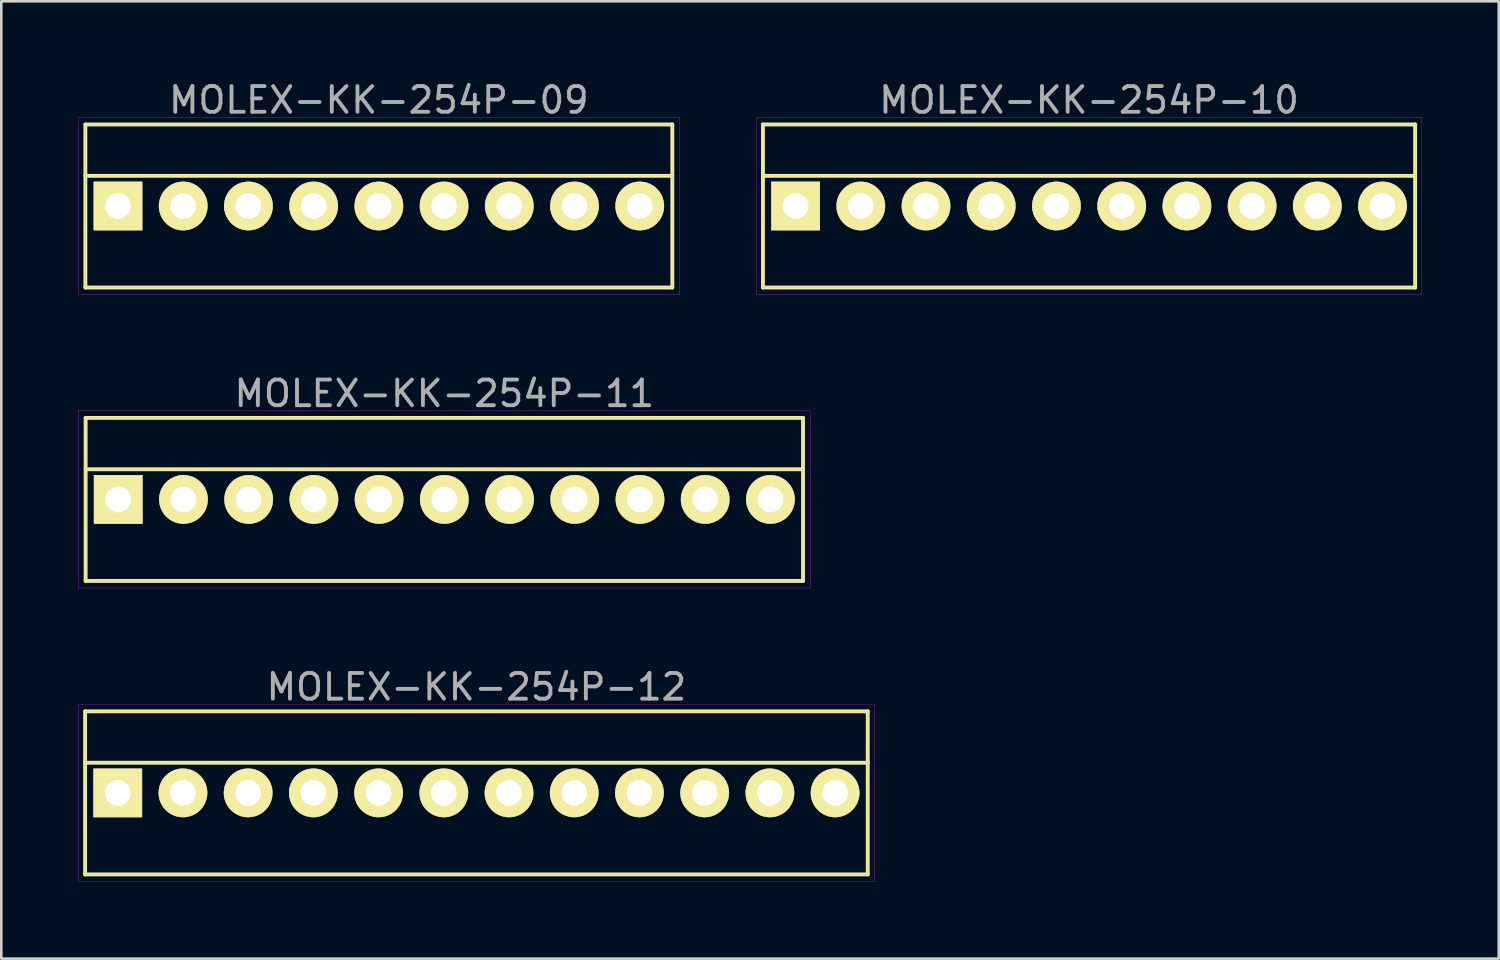
<source format=kicad_pcb>
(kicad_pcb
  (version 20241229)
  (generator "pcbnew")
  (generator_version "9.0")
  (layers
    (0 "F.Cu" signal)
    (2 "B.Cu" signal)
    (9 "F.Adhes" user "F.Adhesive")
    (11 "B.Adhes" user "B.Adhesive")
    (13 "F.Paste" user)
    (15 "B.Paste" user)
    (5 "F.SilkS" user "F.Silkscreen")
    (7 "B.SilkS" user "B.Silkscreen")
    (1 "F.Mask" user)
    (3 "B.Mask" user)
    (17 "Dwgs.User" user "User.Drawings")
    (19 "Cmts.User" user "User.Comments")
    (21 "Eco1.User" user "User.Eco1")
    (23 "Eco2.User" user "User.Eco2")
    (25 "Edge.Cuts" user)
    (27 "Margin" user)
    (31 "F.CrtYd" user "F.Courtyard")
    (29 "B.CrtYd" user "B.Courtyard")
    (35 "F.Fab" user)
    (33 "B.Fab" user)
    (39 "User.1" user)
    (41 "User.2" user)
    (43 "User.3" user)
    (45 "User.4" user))
  (footprint "MOLEX-KK-254P-10"
    (layer "F.Cu")
    (at 39.365 4.973)
    (property "Reference" "MOLEX-KK-254P-10" (at 0 -4.125 0) (layer "F.Fab") (effects (font (size 1 1) (thickness 0.15))))
    (attr through_hole)
    (fp_line (start -12.7 -3.175) (end 12.7 -3.175) (stroke (width 0.15) (type solid)) (layer "F.SilkS"))
    (fp_line (start -12.7 -1.175) (end 12.7 -1.175) (stroke (width 0.15) (type solid)) (layer "F.SilkS"))
    (fp_line (start -12.7 3.175) (end -12.7 -3.175) (stroke (width 0.15) (type solid)) (layer "F.SilkS"))
    (fp_line (start 12.7 -3.175) (end 12.7 3.175) (stroke (width 0.15) (type solid)) (layer "F.SilkS"))
    (fp_line (start 12.7 3.175) (end -12.7 3.175) (stroke (width 0.15) (type solid)) (layer "F.SilkS"))
    (fp_line (start -12.95 -3.45) (end 12.95 -3.45) (stroke (width 0.01) (type solid)) (layer "F.CrtYd"))
    (fp_line (start -12.95 3.45) (end -12.95 -3.45) (stroke (width 0.01) (type solid)) (layer "F.CrtYd"))
    (fp_line (start 12.95 -3.45) (end 12.95 3.45) (stroke (width 0.01) (type solid)) (layer "F.CrtYd"))
    (fp_line (start 12.95 3.45) (end -12.95 3.45) (stroke (width 0.01) (type solid)) (layer "F.CrtYd"))
    (fp_line (start -12.7 -3.175) (end 12.7 -3.175) (stroke (width 0.01) (type solid)) (layer "F.Fab"))
    (fp_line (start -12.7 -1.175) (end 12.7 -1.175) (stroke (width 0.01) (type solid)) (layer "F.Fab"))
    (fp_line (start -12.7 3.175) (end -12.7 -3.175) (stroke (width 0.01) (type solid)) (layer "F.Fab"))
    (fp_line (start 12.7 -3.175) (end 12.7 3.175) (stroke (width 0.01) (type solid)) (layer "F.Fab"))
    (fp_line (start 12.7 3.175) (end -12.7 3.175) (stroke (width 0.01) (type solid)) (layer "F.Fab"))
    (pad "1" thru_hole rect (at -11.43 0) (size 1.9 1.9) (drill 1) (layers "*.Cu" "*.Mask" "F.SilkS"))
    (pad "2" thru_hole circle (at -8.89 0) (size 1.9 1.9) (drill 1) (layers "*.Cu" "*.Mask" "F.SilkS"))
    (pad "3" thru_hole circle (at -6.35 0) (size 1.9 1.9) (drill 1) (layers "*.Cu" "*.Mask" "F.SilkS"))
    (pad "4" thru_hole circle (at -3.81 0) (size 1.9 1.9) (drill 1) (layers "*.Cu" "*.Mask" "F.SilkS"))
    (pad "5" thru_hole circle (at -1.27 0) (size 1.9 1.9) (drill 1) (layers "*.Cu" "*.Mask" "F.SilkS"))
    (pad "6" thru_hole circle (at 1.27 0) (size 1.9 1.9) (drill 1) (layers "*.Cu" "*.Mask" "F.SilkS"))
    (pad "7" thru_hole circle (at 3.81 0) (size 1.9 1.9) (drill 1) (layers "*.Cu" "*.Mask" "F.SilkS"))
    (pad "8" thru_hole circle (at 6.35 0) (size 1.9 1.9) (drill 1) (layers "*.Cu" "*.Mask" "F.SilkS"))
    (pad "9" thru_hole circle (at 8.89 0) (size 1.9 1.9) (drill 1) (layers "*.Cu" "*.Mask" "F.SilkS"))
    (pad "10" thru_hole circle (at 11.43 0) (size 1.9 1.9) (drill 1) (layers "*.Cu" "*.Mask" "F.SilkS")))
  (footprint "MOLEX-KK-254P-11"
    (layer "F.Cu")
    (at 14.255 16.401)
    (property "Reference" "MOLEX-KK-254P-11" (at 0 -4.125 0) (layer "F.Fab") (effects (font (size 1 1) (thickness 0.15))))
    (attr through_hole)
    (fp_line (start -13.97 -3.175) (end 13.97 -3.175) (stroke (width 0.15) (type solid)) (layer "F.SilkS"))
    (fp_line (start -13.97 -1.175) (end 13.97 -1.175) (stroke (width 0.15) (type solid)) (layer "F.SilkS"))
    (fp_line (start -13.97 3.175) (end -13.97 -3.175) (stroke (width 0.15) (type solid)) (layer "F.SilkS"))
    (fp_line (start 13.97 -3.175) (end 13.97 3.175) (stroke (width 0.15) (type solid)) (layer "F.SilkS"))
    (fp_line (start 13.97 3.175) (end -13.97 3.175) (stroke (width 0.15) (type solid)) (layer "F.SilkS"))
    (fp_line (start -14.25 -3.45) (end 14.25 -3.45) (stroke (width 0.01) (type solid)) (layer "F.CrtYd"))
    (fp_line (start -14.25 3.45) (end -14.25 -3.45) (stroke (width 0.01) (type solid)) (layer "F.CrtYd"))
    (fp_line (start 14.25 -3.45) (end 14.25 3.45) (stroke (width 0.01) (type solid)) (layer "F.CrtYd"))
    (fp_line (start 14.25 3.45) (end -14.25 3.45) (stroke (width 0.01) (type solid)) (layer "F.CrtYd"))
    (fp_line (start -13.97 -3.175) (end 13.97 -3.175) (stroke (width 0.01) (type solid)) (layer "F.Fab"))
    (fp_line (start -13.97 -1.175) (end 13.97 -1.175) (stroke (width 0.01) (type solid)) (layer "F.Fab"))
    (fp_line (start -13.97 3.175) (end -13.97 -3.175) (stroke (width 0.01) (type solid)) (layer "F.Fab"))
    (fp_line (start 13.97 -3.175) (end 13.97 3.175) (stroke (width 0.01) (type solid)) (layer "F.Fab"))
    (fp_line (start 13.97 3.175) (end -13.97 3.175) (stroke (width 0.01) (type solid)) (layer "F.Fab"))
    (pad "1" thru_hole rect (at -12.7 0) (size 1.9 1.9) (drill 1) (layers "*.Cu" "*.Mask" "F.SilkS"))
    (pad "2" thru_hole circle (at -10.16 0) (size 1.9 1.9) (drill 1) (layers "*.Cu" "*.Mask" "F.SilkS"))
    (pad "3" thru_hole circle (at -7.62 0) (size 1.9 1.9) (drill 1) (layers "*.Cu" "*.Mask" "F.SilkS"))
    (pad "4" thru_hole circle (at -5.08 0) (size 1.9 1.9) (drill 1) (layers "*.Cu" "*.Mask" "F.SilkS"))
    (pad "5" thru_hole circle (at -2.54 0) (size 1.9 1.9) (drill 1) (layers "*.Cu" "*.Mask" "F.SilkS"))
    (pad "6" thru_hole circle (at 0 0) (size 1.9 1.9) (drill 1) (layers "*.Cu" "*.Mask" "F.SilkS"))
    (pad "7" thru_hole circle (at 2.54 0) (size 1.9 1.9) (drill 1) (layers "*.Cu" "*.Mask" "F.SilkS"))
    (pad "8" thru_hole circle (at 5.08 0) (size 1.9 1.9) (drill 1) (layers "*.Cu" "*.Mask" "F.SilkS"))
    (pad "9" thru_hole circle (at 7.62 0) (size 1.9 1.9) (drill 1) (layers "*.Cu" "*.Mask" "F.SilkS"))
    (pad "10" thru_hole circle (at 10.16 0) (size 1.9 1.9) (drill 1) (layers "*.Cu" "*.Mask" "F.SilkS"))
    (pad "11" thru_hole circle (at 12.7 0) (size 1.9 1.9) (drill 1) (layers "*.Cu" "*.Mask" "F.SilkS")))
  (footprint "MOLEX-KK-254P-12"
    (layer "F.Cu")
    (at 15.505 27.83)
    (property "Reference" "MOLEX-KK-254P-12" (at 0 -4.125 0) (layer "F.Fab") (effects (font (size 1 1) (thickness 0.15))))
    (attr through_hole)
    (fp_line (start -15.24 -3.175) (end 15.24 -3.175) (stroke (width 0.15) (type solid)) (layer "F.SilkS"))
    (fp_line (start -15.24 -1.175) (end 15.24 -1.175) (stroke (width 0.15) (type solid)) (layer "F.SilkS"))
    (fp_line (start -15.24 3.175) (end -15.24 -3.175) (stroke (width 0.15) (type solid)) (layer "F.SilkS"))
    (fp_line (start 15.24 -3.175) (end 15.24 3.175) (stroke (width 0.15) (type solid)) (layer "F.SilkS"))
    (fp_line (start 15.24 3.175) (end -15.24 3.175) (stroke (width 0.15) (type solid)) (layer "F.SilkS"))
    (fp_line (start -15.5 -3.45) (end 15.5 -3.45) (stroke (width 0.01) (type solid)) (layer "F.CrtYd"))
    (fp_line (start -15.5 3.45) (end -15.5 -3.45) (stroke (width 0.01) (type solid)) (layer "F.CrtYd"))
    (fp_line (start 15.5 -3.45) (end 15.5 3.45) (stroke (width 0.01) (type solid)) (layer "F.CrtYd"))
    (fp_line (start 15.5 3.45) (end -15.5 3.45) (stroke (width 0.01) (type solid)) (layer "F.CrtYd"))
    (fp_line (start -15.24 -3.175) (end 15.24 -3.175) (stroke (width 0.01) (type solid)) (layer "F.Fab"))
    (fp_line (start -15.24 -1.175) (end 15.24 -1.175) (stroke (width 0.01) (type solid)) (layer "F.Fab"))
    (fp_line (start -15.24 3.175) (end -15.24 -3.175) (stroke (width 0.01) (type solid)) (layer "F.Fab"))
    (fp_line (start 15.24 -3.175) (end 15.24 3.175) (stroke (width 0.01) (type solid)) (layer "F.Fab"))
    (fp_line (start 15.24 3.175) (end -15.24 3.175) (stroke (width 0.01) (type solid)) (layer "F.Fab"))
    (pad "1" thru_hole rect (at -13.97 0) (size 1.9 1.9) (drill 1) (layers "*.Cu" "*.Mask" "F.SilkS"))
    (pad "2" thru_hole circle (at -11.43 0) (size 1.9 1.9) (drill 1) (layers "*.Cu" "*.Mask" "F.SilkS"))
    (pad "3" thru_hole circle (at -8.89 0) (size 1.9 1.9) (drill 1) (layers "*.Cu" "*.Mask" "F.SilkS"))
    (pad "4" thru_hole circle (at -6.35 0) (size 1.9 1.9) (drill 1) (layers "*.Cu" "*.Mask" "F.SilkS"))
    (pad "5" thru_hole circle (at -3.81 0) (size 1.9 1.9) (drill 1) (layers "*.Cu" "*.Mask" "F.SilkS"))
    (pad "6" thru_hole circle (at -1.27 0) (size 1.9 1.9) (drill 1) (layers "*.Cu" "*.Mask" "F.SilkS"))
    (pad "7" thru_hole circle (at 1.27 0) (size 1.9 1.9) (drill 1) (layers "*.Cu" "*.Mask" "F.SilkS"))
    (pad "8" thru_hole circle (at 3.81 0) (size 1.9 1.9) (drill 1) (layers "*.Cu" "*.Mask" "F.SilkS"))
    (pad "9" thru_hole circle (at 6.35 0) (size 1.9 1.9) (drill 1) (layers "*.Cu" "*.Mask" "F.SilkS"))
    (pad "10" thru_hole circle (at 8.89 0) (size 1.9 1.9) (drill 1) (layers "*.Cu" "*.Mask" "F.SilkS"))
    (pad "11" thru_hole circle (at 11.43 0) (size 1.9 1.9) (drill 1) (layers "*.Cu" "*.Mask" "F.SilkS"))
    (pad "12" thru_hole circle (at 13.97 0) (size 1.9 1.9) (drill 1) (layers "*.Cu" "*.Mask" "F.SilkS")))
  (footprint "MOLEX-KK-254P-09"
    (layer "F.Cu")
    (at 11.705 4.973)
    (property "Reference" "MOLEX-KK-254P-09" (at 0 -4.125 0) (layer "F.Fab") (effects (font (size 1 1) (thickness 0.15))))
    (attr through_hole)
    (fp_line (start -11.43 -3.175) (end 11.43 -3.175) (stroke (width 0.15) (type solid)) (layer "F.SilkS"))
    (fp_line (start -11.43 -1.175) (end 11.43 -1.175) (stroke (width 0.15) (type solid)) (layer "F.SilkS"))
    (fp_line (start -11.43 3.175) (end -11.43 -3.175) (stroke (width 0.15) (type solid)) (layer "F.SilkS"))
    (fp_line (start 11.43 -3.175) (end 11.43 3.175) (stroke (width 0.15) (type solid)) (layer "F.SilkS"))
    (fp_line (start 11.43 3.175) (end -11.43 3.175) (stroke (width 0.15) (type solid)) (layer "F.SilkS"))
    (fp_line (start -11.7 -3.45) (end 11.7 -3.45) (stroke (width 0.01) (type solid)) (layer "F.CrtYd"))
    (fp_line (start -11.7 3.45) (end -11.7 -3.45) (stroke (width 0.01) (type solid)) (layer "F.CrtYd"))
    (fp_line (start 11.7 -3.45) (end 11.7 3.45) (stroke (width 0.01) (type solid)) (layer "F.CrtYd"))
    (fp_line (start 11.7 3.45) (end -11.7 3.45) (stroke (width 0.01) (type solid)) (layer "F.CrtYd"))
    (fp_line (start -11.43 -3.175) (end 11.43 -3.175) (stroke (width 0.01) (type solid)) (layer "F.Fab"))
    (fp_line (start -11.43 -1.175) (end 11.43 -1.175) (stroke (width 0.01) (type solid)) (layer "F.Fab"))
    (fp_line (start -11.43 3.175) (end -11.43 -3.175) (stroke (width 0.01) (type solid)) (layer "F.Fab"))
    (fp_line (start 11.43 -3.175) (end 11.43 3.175) (stroke (width 0.01) (type solid)) (layer "F.Fab"))
    (fp_line (start 11.43 3.175) (end -11.43 3.175) (stroke (width 0.01) (type solid)) (layer "F.Fab"))
    (pad "1" thru_hole rect (at -10.16 0) (size 1.9 1.9) (drill 1) (layers "*.Cu" "*.Mask" "F.SilkS"))
    (pad "2" thru_hole circle (at -7.62 0) (size 1.9 1.9) (drill 1) (layers "*.Cu" "*.Mask" "F.SilkS"))
    (pad "3" thru_hole circle (at -5.08 0) (size 1.9 1.9) (drill 1) (layers "*.Cu" "*.Mask" "F.SilkS"))
    (pad "4" thru_hole circle (at -2.54 0) (size 1.9 1.9) (drill 1) (layers "*.Cu" "*.Mask" "F.SilkS"))
    (pad "5" thru_hole circle (at 0 0) (size 1.9 1.9) (drill 1) (layers "*.Cu" "*.Mask" "F.SilkS"))
    (pad "6" thru_hole circle (at 2.54 0) (size 1.9 1.9) (drill 1) (layers "*.Cu" "*.Mask" "F.SilkS"))
    (pad "7" thru_hole circle (at 5.08 0) (size 1.9 1.9) (drill 1) (layers "*.Cu" "*.Mask" "F.SilkS"))
    (pad "8" thru_hole circle (at 7.62 0) (size 1.9 1.9) (drill 1) (layers "*.Cu" "*.Mask" "F.SilkS"))
    (pad "9" thru_hole circle (at 10.16 0) (size 1.9 1.9) (drill 1) (layers "*.Cu" "*.Mask" "F.SilkS")))
  (gr_rect
    (start -3 -3)
    (end 55.32 34.285)
    (stroke (width 0.1) (type default))
    (fill no)
    (layer "Edge.Cuts")))
</source>
